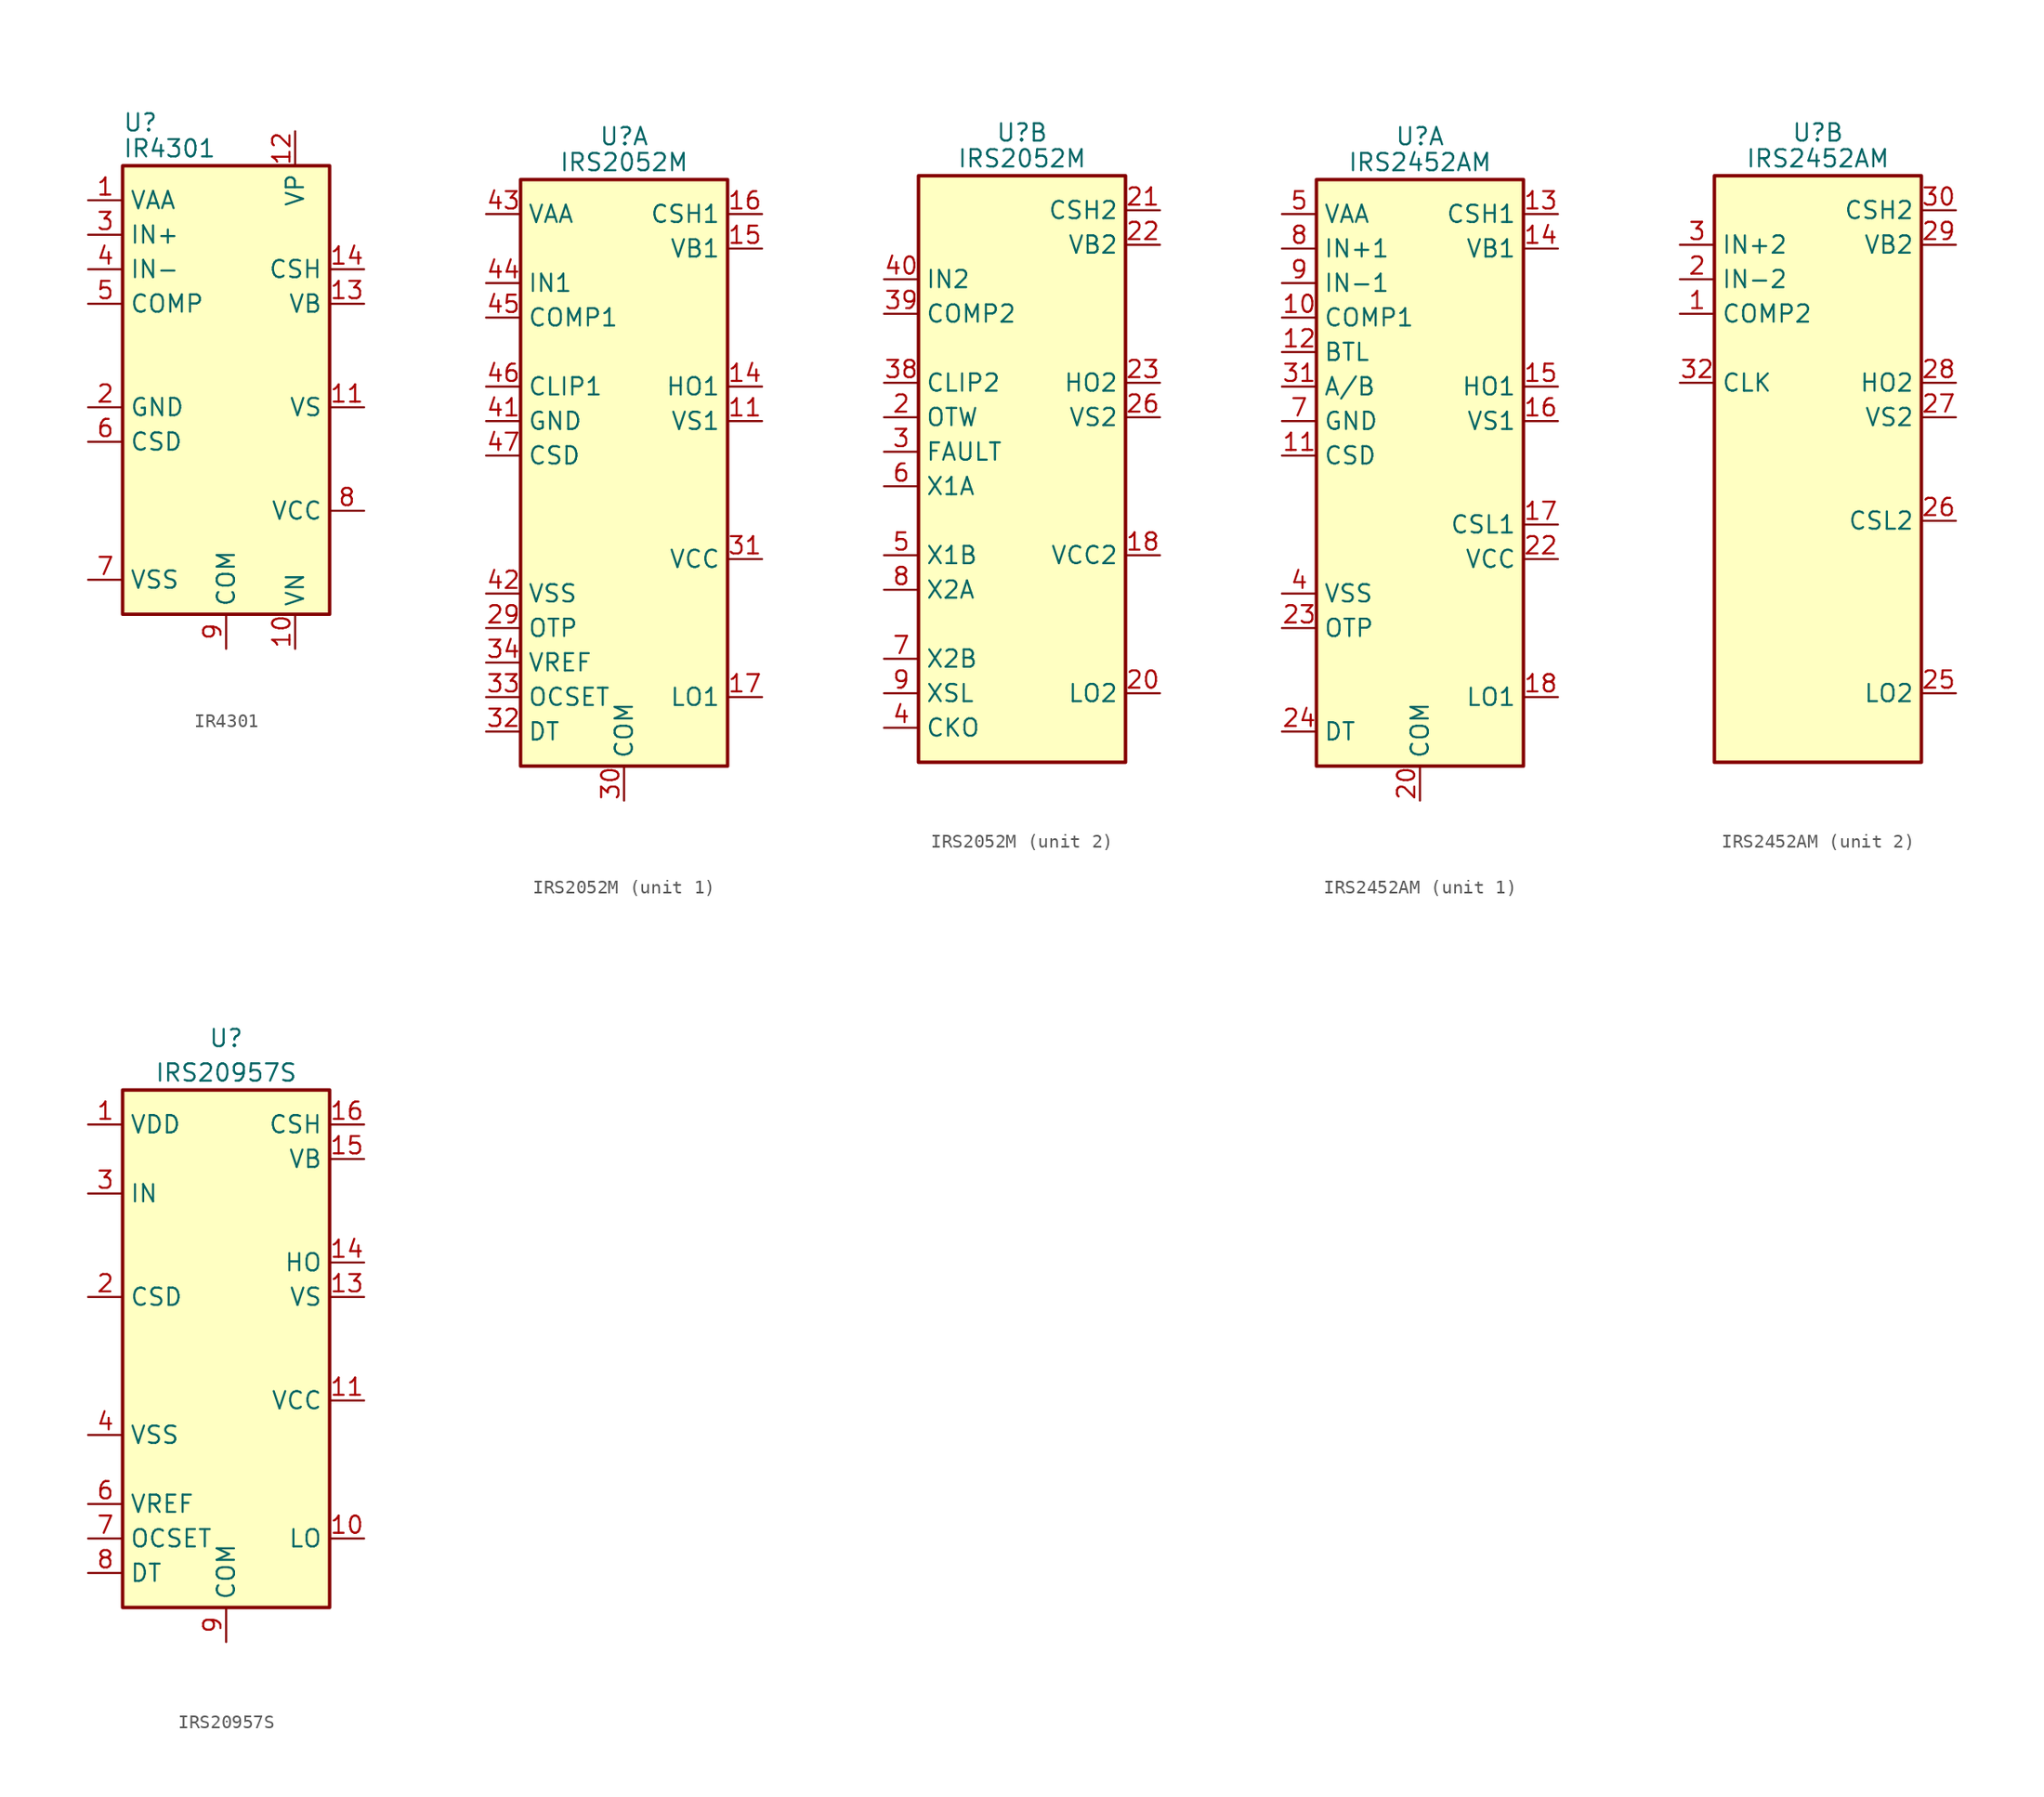
<source format=kicad_sym>
(kicad_symbol_lib
  (version 20201005)
  (generator kicad_symbol_editor)
  (symbol "IR4301"
    (property "Reference" "U"
      (at -7.62 20.955 0)
      (effects (font (size 1.27 1.27)) (justify left)))
    (property "Value" "IR4301"
      (at -7.62 19.05 0)
      (effects (font (size 1.27 1.27)) (justify left)))
    (symbol "IR4301_0_1"
      (rectangle (start -7.62 -15.24) (end 7.62 17.78) (stroke (width 0.254)) (fill (type background))))
    (symbol "IR4301_1_1"
      (pin power_in line (at -10.16 15.24 0) (length 2.54) (name "VAA" (effects (font (size 1.27 1.27)))) (number "1" (effects (font (size 1.27 1.27)))))
      (pin power_in line (at 5.08 -17.78 90) (length 2.54) (name "VN" (effects (font (size 1.27 1.27)))) (number "10" (effects (font (size 1.27 1.27)))))
      (pin output line (at 10.16 0 180) (length 2.54) (name "VS" (effects (font (size 1.27 1.27)))) (number "11" (effects (font (size 1.27 1.27)))))
      (pin power_in line (at 5.08 20.32 270) (length 2.54) (name "VP" (effects (font (size 1.27 1.27)))) (number "12" (effects (font (size 1.27 1.27)))))
      (pin power_in line (at 10.16 7.62 180) (length 2.54) (name "VB" (effects (font (size 1.27 1.27)))) (number "13" (effects (font (size 1.27 1.27)))))
      (pin passive line (at 10.16 10.16 180) (length 2.54) (name "CSH" (effects (font (size 1.27 1.27)))) (number "14" (effects (font (size 1.27 1.27)))))
      (pin passive line (at 0 -17.78 90) (length 2.54) hide (name "COM" (effects (font (size 1.27 1.27)))) (number "15" (effects (font (size 1.27 1.27)))))
      (pin power_in line (at -10.16 0 0) (length 2.54) (name "GND" (effects (font (size 1.27 1.27)))) (number "2" (effects (font (size 1.27 1.27)))))
      (pin input line (at -10.16 12.7 0) (length 2.54) (name "IN+" (effects (font (size 1.27 1.27)))) (number "3" (effects (font (size 1.27 1.27)))))
      (pin input line (at -10.16 10.16 0) (length 2.54) (name "IN-" (effects (font (size 1.27 1.27)))) (number "4" (effects (font (size 1.27 1.27)))))
      (pin output line (at -10.16 7.62 0) (length 2.54) (name "COMP" (effects (font (size 1.27 1.27)))) (number "5" (effects (font (size 1.27 1.27)))))
      (pin passive line (at -10.16 -2.54 0) (length 2.54) (name "CSD" (effects (font (size 1.27 1.27)))) (number "6" (effects (font (size 1.27 1.27)))))
      (pin power_in line (at -10.16 -12.7 0) (length 2.54) (name "VSS" (effects (font (size 1.27 1.27)))) (number "7" (effects (font (size 1.27 1.27)))))
      (pin power_in line (at 10.16 -7.62 180) (length 2.54) (name "VCC" (effects (font (size 1.27 1.27)))) (number "8" (effects (font (size 1.27 1.27)))))
      (pin power_in line (at 0 -17.78 90) (length 2.54) (name "COM" (effects (font (size 1.27 1.27)))) (number "9" (effects (font (size 1.27 1.27)))))))
  (symbol "IRS2052M"
    (property "Reference" "U"
      (at 0 26.035 0)
      (effects (font (size 1.27 1.27))))
    (property "Value" "IRS2052M"
      (at 0 24.13 0)
      (effects (font (size 1.27 1.27))))
    (property "ki_locked" ""
      (at 0 0 0)
      (effects (font (size 1.27 1.27))))
    (symbol "IRS2052M_0_1"
      (rectangle (start -7.62 -20.32) (end 7.62 22.86) (stroke (width 0.254)) (fill (type background))))
    (symbol "IRS2052M_1_1"
      (pin no_connect line (at -7.62 17.78 0) (length 2.54) hide (name "NC" (effects (font (size 1.27 1.27)))) (number "1" (effects (font (size 1.27 1.27)))))
      (pin no_connect line (at -7.62 10.16 0) (length 2.54) hide (name "NC" (effects (font (size 1.27 1.27)))) (number "10" (effects (font (size 1.27 1.27)))))
      (pin passive line (at 10.16 5.08 180) (length 2.54) (name "VS1" (effects (font (size 1.27 1.27)))) (number "11" (effects (font (size 1.27 1.27)))))
      (pin no_connect line (at -7.62 0 0) (length 2.54) hide (name "NC" (effects (font (size 1.27 1.27)))) (number "12" (effects (font (size 1.27 1.27)))))
      (pin no_connect line (at -7.62 -2.54 0) (length 2.54) hide (name "NC" (effects (font (size 1.27 1.27)))) (number "13" (effects (font (size 1.27 1.27)))))
      (pin output line (at 10.16 7.62 180) (length 2.54) (name "HO1" (effects (font (size 1.27 1.27)))) (number "14" (effects (font (size 1.27 1.27)))))
      (pin power_in line (at 10.16 17.78 180) (length 2.54) (name "VB1" (effects (font (size 1.27 1.27)))) (number "15" (effects (font (size 1.27 1.27)))))
      (pin passive line (at 10.16 20.32 180) (length 2.54) (name "CSH1" (effects (font (size 1.27 1.27)))) (number "16" (effects (font (size 1.27 1.27)))))
      (pin output line (at 10.16 -15.24 180) (length 2.54) (name "LO1" (effects (font (size 1.27 1.27)))) (number "17" (effects (font (size 1.27 1.27)))))
      (pin passive line (at 0 -22.86 90) (length 2.54) hide (name "COM" (effects (font (size 1.27 1.27)))) (number "19" (effects (font (size 1.27 1.27)))))
      (pin no_connect line (at -7.62 -5.08 0) (length 2.54) hide (name "NC" (effects (font (size 1.27 1.27)))) (number "24" (effects (font (size 1.27 1.27)))))
      (pin no_connect line (at 7.62 15.24 180) (length 2.54) hide (name "NC" (effects (font (size 1.27 1.27)))) (number "25" (effects (font (size 1.27 1.27)))))
      (pin no_connect line (at 7.62 12.7 180) (length 2.54) hide (name "NC" (effects (font (size 1.27 1.27)))) (number "27" (effects (font (size 1.27 1.27)))))
      (pin no_connect line (at 7.62 10.16 180) (length 2.54) hide (name "NC" (effects (font (size 1.27 1.27)))) (number "28" (effects (font (size 1.27 1.27)))))
      (pin passive line (at -10.16 -10.16 0) (length 2.54) (name "OTP" (effects (font (size 1.27 1.27)))) (number "29" (effects (font (size 1.27 1.27)))))
      (pin power_in line (at 0 -22.86 90) (length 2.54) (name "COM" (effects (font (size 1.27 1.27)))) (number "30" (effects (font (size 1.27 1.27)))))
      (pin power_in line (at 10.16 -5.08 180) (length 2.54) (name "VCC" (effects (font (size 1.27 1.27)))) (number "31" (effects (font (size 1.27 1.27)))))
      (pin passive line (at -10.16 -17.78 0) (length 2.54) (name "DT" (effects (font (size 1.27 1.27)))) (number "32" (effects (font (size 1.27 1.27)))))
      (pin passive line (at -10.16 -15.24 0) (length 2.54) (name "OCSET" (effects (font (size 1.27 1.27)))) (number "33" (effects (font (size 1.27 1.27)))))
      (pin power_out line (at -10.16 -12.7 0) (length 2.54) (name "VREF" (effects (font (size 1.27 1.27)))) (number "34" (effects (font (size 1.27 1.27)))))
      (pin no_connect line (at 7.62 2.54 180) (length 2.54) hide (name "NC" (effects (font (size 1.27 1.27)))) (number "35" (effects (font (size 1.27 1.27)))))
      (pin no_connect line (at 7.62 0 180) (length 2.54) hide (name "NC" (effects (font (size 1.27 1.27)))) (number "36" (effects (font (size 1.27 1.27)))))
      (pin no_connect line (at 7.62 -2.54 180) (length 2.54) hide (name "NC" (effects (font (size 1.27 1.27)))) (number "37" (effects (font (size 1.27 1.27)))))
      (pin power_in line (at -10.16 5.08 0) (length 2.54) (name "GND" (effects (font (size 1.27 1.27)))) (number "41" (effects (font (size 1.27 1.27)))))
      (pin power_in line (at -10.16 -7.62 0) (length 2.54) (name "VSS" (effects (font (size 1.27 1.27)))) (number "42" (effects (font (size 1.27 1.27)))))
      (pin power_in line (at -10.16 20.32 0) (length 2.54) (name "VAA" (effects (font (size 1.27 1.27)))) (number "43" (effects (font (size 1.27 1.27)))))
      (pin input line (at -10.16 15.24 0) (length 2.54) (name "IN1" (effects (font (size 1.27 1.27)))) (number "44" (effects (font (size 1.27 1.27)))))
      (pin output line (at -10.16 12.7 0) (length 2.54) (name "COMP1" (effects (font (size 1.27 1.27)))) (number "45" (effects (font (size 1.27 1.27)))))
      (pin open_collector line (at -10.16 7.62 0) (length 2.54) (name "CLIP1" (effects (font (size 1.27 1.27)))) (number "46" (effects (font (size 1.27 1.27)))))
      (pin passive line (at -10.16 2.54 0) (length 2.54) (name "CSD" (effects (font (size 1.27 1.27)))) (number "47" (effects (font (size 1.27 1.27)))))
      (pin no_connect line (at 7.62 -7.62 180) (length 2.54) hide (name "NC" (effects (font (size 1.27 1.27)))) (number "48" (effects (font (size 1.27 1.27)))))
      (pin passive line (at 0 -22.86 90) (length 2.54) hide (name "COM" (effects (font (size 1.27 1.27)))) (number "49" (effects (font (size 1.27 1.27))))))
    (symbol "IRS2052M_2_1"
      (pin power_in line (at 10.16 -5.08 180) (length 2.54) (name "VCC2" (effects (font (size 1.27 1.27)))) (number "18" (effects (font (size 1.27 1.27)))))
      (pin open_collector line (at -10.16 5.08 0) (length 2.54) (name "OTW" (effects (font (size 1.27 1.27)))) (number "2" (effects (font (size 1.27 1.27)))))
      (pin output line (at 10.16 -15.24 180) (length 2.54) (name "LO2" (effects (font (size 1.27 1.27)))) (number "20" (effects (font (size 1.27 1.27)))))
      (pin passive line (at 10.16 20.32 180) (length 2.54) (name "CSH2" (effects (font (size 1.27 1.27)))) (number "21" (effects (font (size 1.27 1.27)))))
      (pin power_in line (at 10.16 17.78 180) (length 2.54) (name "VB2" (effects (font (size 1.27 1.27)))) (number "22" (effects (font (size 1.27 1.27)))))
      (pin output line (at 10.16 7.62 180) (length 2.54) (name "HO2" (effects (font (size 1.27 1.27)))) (number "23" (effects (font (size 1.27 1.27)))))
      (pin passive line (at 10.16 5.08 180) (length 2.54) (name "VS2" (effects (font (size 1.27 1.27)))) (number "26" (effects (font (size 1.27 1.27)))))
      (pin open_collector line (at -10.16 2.54 0) (length 2.54) (name "FAULT" (effects (font (size 1.27 1.27)))) (number "3" (effects (font (size 1.27 1.27)))))
      (pin open_collector line (at -10.16 7.62 0) (length 2.54) (name "CLIP2" (effects (font (size 1.27 1.27)))) (number "38" (effects (font (size 1.27 1.27)))))
      (pin output line (at -10.16 12.7 0) (length 2.54) (name "COMP2" (effects (font (size 1.27 1.27)))) (number "39" (effects (font (size 1.27 1.27)))))
      (pin output line (at -10.16 -17.78 0) (length 2.54) (name "CKO" (effects (font (size 1.27 1.27)))) (number "4" (effects (font (size 1.27 1.27)))))
      (pin input line (at -10.16 15.24 0) (length 2.54) (name "IN2" (effects (font (size 1.27 1.27)))) (number "40" (effects (font (size 1.27 1.27)))))
      (pin output line (at -10.16 -5.08 0) (length 2.54) (name "X1B" (effects (font (size 1.27 1.27)))) (number "5" (effects (font (size 1.27 1.27)))))
      (pin input line (at -10.16 0 0) (length 2.54) (name "X1A" (effects (font (size 1.27 1.27)))) (number "6" (effects (font (size 1.27 1.27)))))
      (pin output line (at -10.16 -12.7 0) (length 2.54) (name "X2B" (effects (font (size 1.27 1.27)))) (number "7" (effects (font (size 1.27 1.27)))))
      (pin input line (at -10.16 -7.62 0) (length 2.54) (name "X2A" (effects (font (size 1.27 1.27)))) (number "8" (effects (font (size 1.27 1.27)))))
      (pin input line (at -10.16 -15.24 0) (length 2.54) (name "XSL" (effects (font (size 1.27 1.27)))) (number "9" (effects (font (size 1.27 1.27)))))))
  (symbol "IRS2452AM"
    (property "Reference" "U"
      (at 0 26.035 0)
      (effects (font (size 1.27 1.27))))
    (property "Value" "IRS2452AM"
      (at 0 24.13 0)
      (effects (font (size 1.27 1.27))))
    (property "ki_locked" ""
      (at 0 0 0)
      (effects (font (size 1.27 1.27))))
    (symbol "IRS2452AM_0_1"
      (rectangle (start -7.62 -20.32) (end 7.62 22.86) (stroke (width 0.254)) (fill (type background))))
    (symbol "IRS2452AM_1_1"
      (pin output line (at -10.16 12.7 0) (length 2.54) (name "COMP1" (effects (font (size 1.27 1.27)))) (number "10" (effects (font (size 1.27 1.27)))))
      (pin passive line (at -10.16 2.54 0) (length 2.54) (name "CSD" (effects (font (size 1.27 1.27)))) (number "11" (effects (font (size 1.27 1.27)))))
      (pin input line (at -10.16 10.16 0) (length 2.54) (name "BTL" (effects (font (size 1.27 1.27)))) (number "12" (effects (font (size 1.27 1.27)))))
      (pin passive line (at 10.16 20.32 180) (length 2.54) (name "CSH1" (effects (font (size 1.27 1.27)))) (number "13" (effects (font (size 1.27 1.27)))))
      (pin power_in line (at 10.16 17.78 180) (length 2.54) (name "VB1" (effects (font (size 1.27 1.27)))) (number "14" (effects (font (size 1.27 1.27)))))
      (pin output line (at 10.16 7.62 180) (length 2.54) (name "HO1" (effects (font (size 1.27 1.27)))) (number "15" (effects (font (size 1.27 1.27)))))
      (pin passive line (at 10.16 5.08 180) (length 2.54) (name "VS1" (effects (font (size 1.27 1.27)))) (number "16" (effects (font (size 1.27 1.27)))))
      (pin passive line (at 10.16 -2.54 180) (length 2.54) (name "CSL1" (effects (font (size 1.27 1.27)))) (number "17" (effects (font (size 1.27 1.27)))))
      (pin output line (at 10.16 -15.24 180) (length 2.54) (name "LO1" (effects (font (size 1.27 1.27)))) (number "18" (effects (font (size 1.27 1.27)))))
      (pin no_connect line (at -7.62 -2.54 0) (length 2.54) hide (name "NC" (effects (font (size 1.27 1.27)))) (number "19" (effects (font (size 1.27 1.27)))))
      (pin power_in line (at 0 -22.86 90) (length 2.54) (name "COM" (effects (font (size 1.27 1.27)))) (number "20" (effects (font (size 1.27 1.27)))))
      (pin no_connect line (at -7.62 -5.08 0) (length 2.54) hide (name "NC" (effects (font (size 1.27 1.27)))) (number "21" (effects (font (size 1.27 1.27)))))
      (pin power_in line (at 10.16 -5.08 180) (length 2.54) (name "VCC" (effects (font (size 1.27 1.27)))) (number "22" (effects (font (size 1.27 1.27)))))
      (pin passive line (at -10.16 -10.16 0) (length 2.54) (name "OTP" (effects (font (size 1.27 1.27)))) (number "23" (effects (font (size 1.27 1.27)))))
      (pin passive line (at -10.16 -17.78 0) (length 2.54) (name "DT" (effects (font (size 1.27 1.27)))) (number "24" (effects (font (size 1.27 1.27)))))
      (pin input line (at -10.16 7.62 0) (length 2.54) (name "A/B" (effects (font (size 1.27 1.27)))) (number "31" (effects (font (size 1.27 1.27)))))
      (pin passive line (at 0 -22.86 90) (length 2.54) hide (name "COM" (effects (font (size 1.27 1.27)))) (number "33" (effects (font (size 1.27 1.27)))))
      (pin power_in line (at -10.16 -7.62 0) (length 2.54) (name "VSS" (effects (font (size 1.27 1.27)))) (number "4" (effects (font (size 1.27 1.27)))))
      (pin power_in line (at -10.16 20.32 0) (length 2.54) (name "VAA" (effects (font (size 1.27 1.27)))) (number "5" (effects (font (size 1.27 1.27)))))
      (pin no_connect line (at -7.62 0 0) (length 2.54) hide (name "NC" (effects (font (size 1.27 1.27)))) (number "6" (effects (font (size 1.27 1.27)))))
      (pin power_in line (at -10.16 5.08 0) (length 2.54) (name "GND" (effects (font (size 1.27 1.27)))) (number "7" (effects (font (size 1.27 1.27)))))
      (pin input line (at -10.16 17.78 0) (length 2.54) (name "IN+1" (effects (font (size 1.27 1.27)))) (number "8" (effects (font (size 1.27 1.27)))))
      (pin input line (at -10.16 15.24 0) (length 2.54) (name "IN-1" (effects (font (size 1.27 1.27)))) (number "9" (effects (font (size 1.27 1.27))))))
    (symbol "IRS2452AM_2_1"
      (pin output line (at -10.16 12.7 0) (length 2.54) (name "COMP2" (effects (font (size 1.27 1.27)))) (number "1" (effects (font (size 1.27 1.27)))))
      (pin input line (at -10.16 15.24 0) (length 2.54) (name "IN-2" (effects (font (size 1.27 1.27)))) (number "2" (effects (font (size 1.27 1.27)))))
      (pin output line (at 10.16 -15.24 180) (length 2.54) (name "LO2" (effects (font (size 1.27 1.27)))) (number "25" (effects (font (size 1.27 1.27)))))
      (pin passive line (at 10.16 -2.54 180) (length 2.54) (name "CSL2" (effects (font (size 1.27 1.27)))) (number "26" (effects (font (size 1.27 1.27)))))
      (pin passive line (at 10.16 5.08 180) (length 2.54) (name "VS2" (effects (font (size 1.27 1.27)))) (number "27" (effects (font (size 1.27 1.27)))))
      (pin output line (at 10.16 7.62 180) (length 2.54) (name "HO2" (effects (font (size 1.27 1.27)))) (number "28" (effects (font (size 1.27 1.27)))))
      (pin power_in line (at 10.16 17.78 180) (length 2.54) (name "VB2" (effects (font (size 1.27 1.27)))) (number "29" (effects (font (size 1.27 1.27)))))
      (pin input line (at -10.16 17.78 0) (length 2.54) (name "IN+2" (effects (font (size 1.27 1.27)))) (number "3" (effects (font (size 1.27 1.27)))))
      (pin passive line (at 10.16 20.32 180) (length 2.54) (name "CSH2" (effects (font (size 1.27 1.27)))) (number "30" (effects (font (size 1.27 1.27)))))
      (pin input line (at -10.16 7.62 0) (length 2.54) (name "CLK" (effects (font (size 1.27 1.27)))) (number "32" (effects (font (size 1.27 1.27)))))))
  (symbol "IRS20957S"
    (property "Reference" "U"
      (at 0 24.13 0)
      (effects (font (size 1.27 1.27))))
    (property "Value" "IRS20957S"
      (at 0 21.59 0)
      (effects (font (size 1.27 1.27))))
    (symbol "IRS20957S_0_1"
      (rectangle (start -7.62 -17.78) (end 7.62 20.32) (stroke (width 0.254)) (fill (type background))))
    (symbol "IRS20957S_1_1"
      (pin power_in line (at -10.16 17.78 0) (length 2.54) (name "VDD" (effects (font (size 1.27 1.27)))) (number "1" (effects (font (size 1.27 1.27)))))
      (pin output line (at 10.16 -12.7 180) (length 2.54) (name "LO" (effects (font (size 1.27 1.27)))) (number "10" (effects (font (size 1.27 1.27)))))
      (pin power_in line (at 10.16 -2.54 180) (length 2.54) (name "VCC" (effects (font (size 1.27 1.27)))) (number "11" (effects (font (size 1.27 1.27)))))
      (pin no_connect line (at 7.62 0 180) (length 2.54) hide (name "NC" (effects (font (size 1.27 1.27)))) (number "12" (effects (font (size 1.27 1.27)))))
      (pin passive line (at 10.16 5.08 180) (length 2.54) (name "VS" (effects (font (size 1.27 1.27)))) (number "13" (effects (font (size 1.27 1.27)))))
      (pin output line (at 10.16 7.62 180) (length 2.54) (name "HO" (effects (font (size 1.27 1.27)))) (number "14" (effects (font (size 1.27 1.27)))))
      (pin power_in line (at 10.16 15.24 180) (length 2.54) (name "VB" (effects (font (size 1.27 1.27)))) (number "15" (effects (font (size 1.27 1.27)))))
      (pin passive line (at 10.16 17.78 180) (length 2.54) (name "CSH" (effects (font (size 1.27 1.27)))) (number "16" (effects (font (size 1.27 1.27)))))
      (pin passive line (at -10.16 5.08 0) (length 2.54) (name "CSD" (effects (font (size 1.27 1.27)))) (number "2" (effects (font (size 1.27 1.27)))))
      (pin input line (at -10.16 12.7 0) (length 2.54) (name "IN" (effects (font (size 1.27 1.27)))) (number "3" (effects (font (size 1.27 1.27)))))
      (pin power_in line (at -10.16 -5.08 0) (length 2.54) (name "VSS" (effects (font (size 1.27 1.27)))) (number "4" (effects (font (size 1.27 1.27)))))
      (pin no_connect line (at -7.62 0 0) (length 2.54) hide (name "NC" (effects (font (size 1.27 1.27)))) (number "5" (effects (font (size 1.27 1.27)))))
      (pin power_out line (at -10.16 -10.16 0) (length 2.54) (name "VREF" (effects (font (size 1.27 1.27)))) (number "6" (effects (font (size 1.27 1.27)))))
      (pin passive line (at -10.16 -12.7 0) (length 2.54) (name "OCSET" (effects (font (size 1.27 1.27)))) (number "7" (effects (font (size 1.27 1.27)))))
      (pin passive line (at -10.16 -15.24 0) (length 2.54) (name "DT" (effects (font (size 1.27 1.27)))) (number "8" (effects (font (size 1.27 1.27)))))
      (pin power_in line (at 0 -20.32 90) (length 2.54) (name "COM" (effects (font (size 1.27 1.27)))) (number "9" (effects (font (size 1.27 1.27))))))))
</source>
